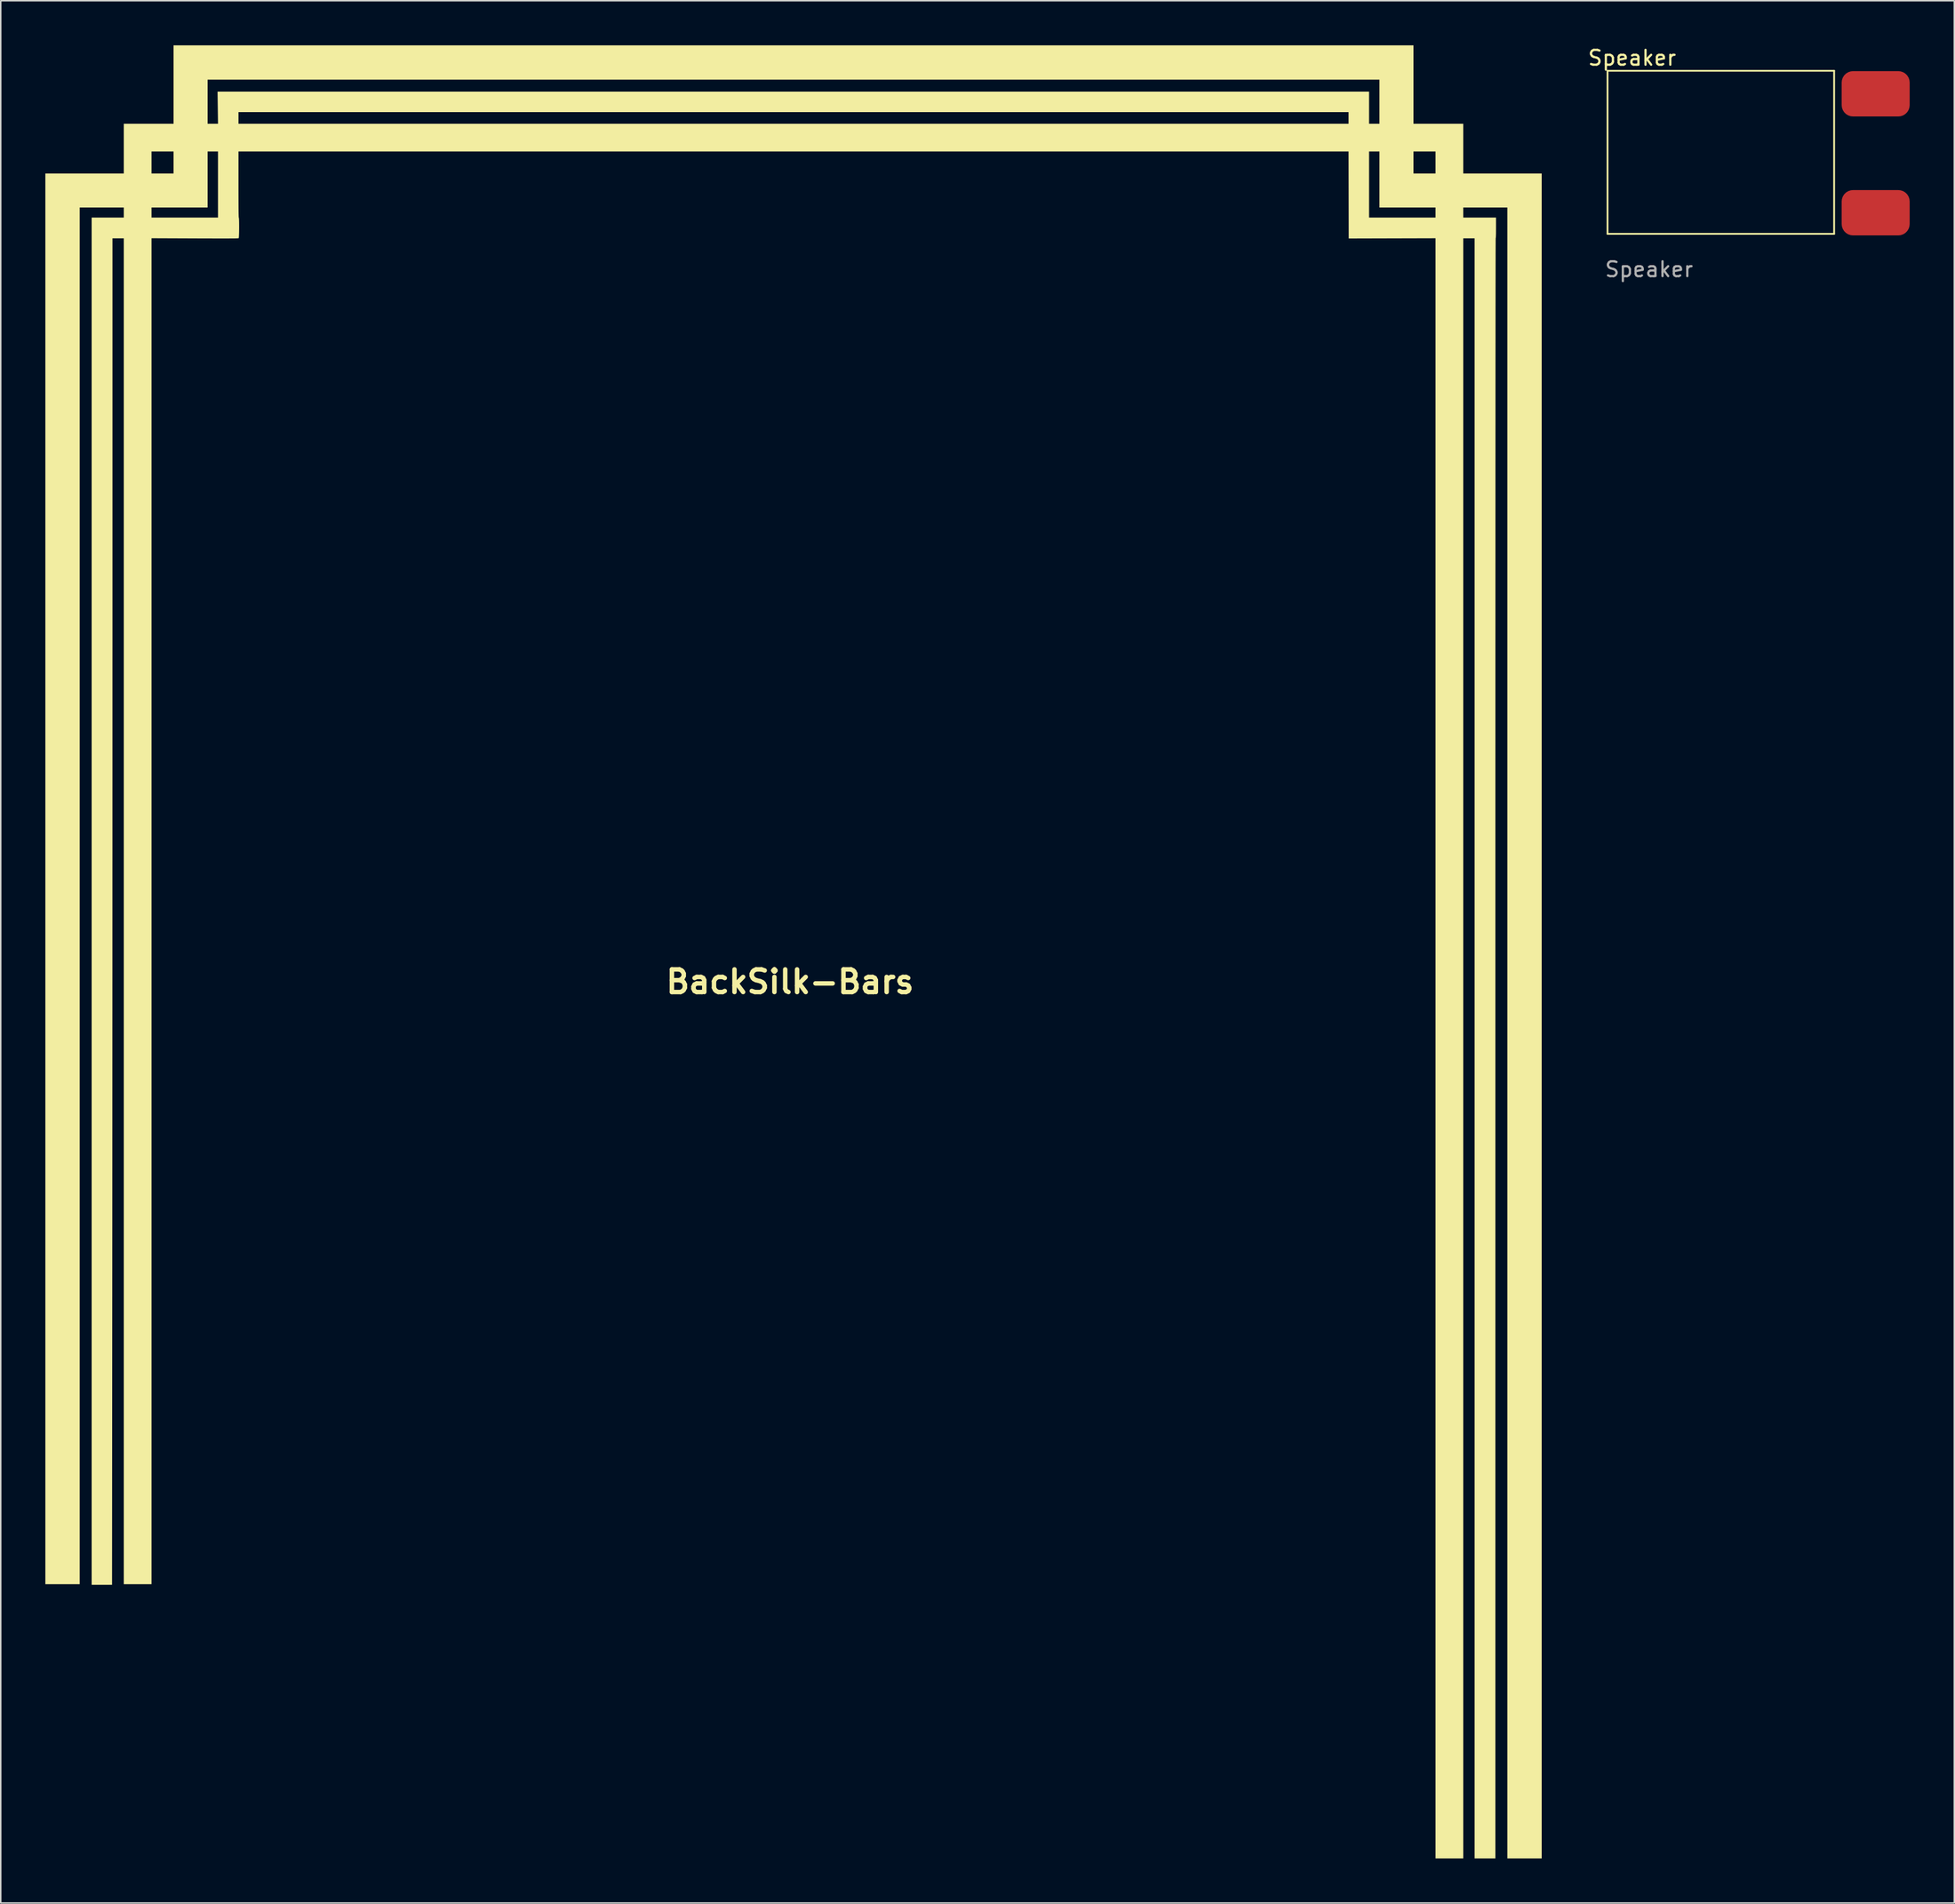
<source format=kicad_pcb>
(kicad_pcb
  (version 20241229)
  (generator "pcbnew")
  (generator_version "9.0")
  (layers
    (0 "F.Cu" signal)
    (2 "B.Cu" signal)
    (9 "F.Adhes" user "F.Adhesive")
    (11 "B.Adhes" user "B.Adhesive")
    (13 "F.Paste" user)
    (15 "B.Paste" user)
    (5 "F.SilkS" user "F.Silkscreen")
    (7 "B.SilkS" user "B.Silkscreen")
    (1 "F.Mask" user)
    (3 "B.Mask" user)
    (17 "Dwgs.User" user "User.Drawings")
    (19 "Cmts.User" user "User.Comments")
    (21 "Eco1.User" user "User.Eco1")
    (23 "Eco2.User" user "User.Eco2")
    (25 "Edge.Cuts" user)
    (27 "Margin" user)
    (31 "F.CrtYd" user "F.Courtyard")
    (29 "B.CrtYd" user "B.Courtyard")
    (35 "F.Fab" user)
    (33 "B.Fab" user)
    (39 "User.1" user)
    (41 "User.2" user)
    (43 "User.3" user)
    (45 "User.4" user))
  (footprint "Speaker"
    (layer "F.Cu")
    (at 112.672 7.198)
    (property "Reference" "Speaker" (at -5.969 -6.35 0) (unlocked yes) (layer "F.SilkS") (effects (font (size 1 1) (thickness 0.15))))
    (attr smd)
    (fp_line (start -7.62 -5.486) (end -7.62 5.486) (stroke (width 0.12) (type solid)) (layer "F.SilkS"))
    (fp_line (start -7.62 -5.486) (end 7.62 -5.486) (stroke (width 0.12) (type solid)) (layer "F.SilkS"))
    (fp_line (start -7.62 5.486) (end 7.62 5.486) (stroke (width 0.12) (type solid)) (layer "F.SilkS"))
    (fp_line (start 7.62 -5.486) (end 7.62 5.486) (stroke (width 0.12) (type solid)) (layer "F.SilkS"))
    (fp_text user "${REFERENCE}" (at -4.826 7.874 0) (unlocked yes) (layer "F.Fab") (effects (font (size 1 1) (thickness 0.15))))
    (pad "1" smd roundrect (at 10.414 -3.937) (size 4.572 3.048) (layers "F.Cu" "F.Mask" "F.Paste") (roundrect_rratio 0.25))
    (pad "2" smd roundrect (at 10.414 4.064) (size 4.572 3.048) (layers "F.Cu" "F.Mask" "F.Paste") (roundrect_rratio 0.25)))
  (footprint "BackSilk-Bars"
    (layer "F.Cu")
    (at 50.08 63.002)
    (property "Reference" "BackSilk-Bars" (at 0 0 0) (layer "F.SilkS") (effects (font (size 1.524 1.524) (thickness 0.3))))
    (attr board_only exclude_from_pos_files exclude_from_bom)
    (fp_poly (pts (xy 41.924 -57.727) (xy 45.271 -57.727) (xy 45.271 -54.38) (xy 50.546 -54.38) (xy 50.546 58.977) (xy 48.237 58.977) (xy 48.237 -52.092) (xy 45.271 -52.092) (xy 45.271 -51.414) (xy 47.474 -51.414) (xy 47.474 -50.726) (xy 47.473 -50.516) (xy 47.472 -50.343) (xy 47.468 -50.207) (xy 47.464 -50.11) (xy 47.459 -50.053) (xy 47.453 -50.037) (xy 47.452 -50.016) (xy 47.451 -49.953) (xy 47.45 -49.847) (xy 47.45 -49.698) (xy 47.449 -49.508) (xy 47.448 -49.275) (xy 47.447 -48.999) (xy 47.447 -48.682) (xy 47.446 -48.322) (xy 47.445 -47.919) (xy 47.445 -47.474) (xy 47.444 -46.987) (xy 47.443 -46.458) (xy 47.443 -45.886) (xy 47.442 -45.272) (xy 47.442 -44.616) (xy 47.441 -43.917) (xy 47.441 -43.176) (xy 47.44 -42.392) (xy 47.439 -41.566) (xy 47.439 -40.698) (xy 47.438 -39.788) (xy 47.438 -38.835) (xy 47.438 -37.84) (xy 47.437 -36.802) (xy 47.437 -35.722) (xy 47.436 -34.6) (xy 47.436 -33.436) (xy 47.436 -32.229) (xy 47.435 -30.98) (xy 47.435 -29.689) (xy 47.435 -28.355) (xy 47.434 -26.979) (xy 47.434 -25.561) (xy 47.434 -24.1) (xy 47.433 -22.598) (xy 47.433 -21.052) (xy 47.433 -19.465) (xy 47.433 -17.835) (xy 47.433 -16.163) (xy 47.432 -14.449) (xy 47.432 -12.692) (xy 47.432 -10.893) (xy 47.432 -9.052) (xy 47.432 -7.169) (xy 47.432 -5.243) (xy 47.432 -3.275) (xy 47.432 -1.265) (xy 47.432 0.788) (xy 47.432 2.883) (xy 47.432 4.47) (xy 47.432 58.977) (xy 46.034 58.977) (xy 46.034 -50.016) (xy 45.271 -50.016) (xy 45.271 58.977) (xy 43.407 58.977) (xy 43.407 -50.022) (xy 37.57 -50.006) (xy 37.568 -51.414) (xy 38.937 -51.414) (xy 43.407 -51.414) (xy 43.407 -52.092) (xy 39.636 -52.092) (xy 39.636 -54.38) (xy 41.924 -54.38) (xy 43.407 -54.38) (xy 43.407 -55.863) (xy 41.924 -55.863) (xy 41.924 -54.38) (xy 39.636 -54.38) (xy 39.636 -55.863) (xy 38.937 -55.863) (xy 38.937 -51.414) (xy 37.568 -51.414) (xy 37.565 -52.934) (xy 37.56 -55.863) (xy -37.094 -55.863) (xy -37.094 -53.639) (xy -37.094 -53.233) (xy -37.093 -52.867) (xy -37.092 -52.542) (xy -37.091 -52.257) (xy -37.089 -52.014) (xy -37.087 -51.811) (xy -37.084 -51.65) (xy -37.081 -51.53) (xy -37.078 -51.453) (xy -37.074 -51.417) (xy -37.073 -51.414) (xy -37.066 -51.394) (xy -37.06 -51.338) (xy -37.056 -51.251) (xy -37.053 -51.14) (xy -37.051 -51.011) (xy -37.05 -50.87) (xy -37.05 -50.722) (xy -37.051 -50.575) (xy -37.053 -50.433) (xy -37.057 -50.304) (xy -37.061 -50.193) (xy -37.066 -50.105) (xy -37.072 -50.048) (xy -37.078 -50.028) (xy -37.087 -50.024) (xy -37.109 -50.021) (xy -37.145 -50.017) (xy -37.198 -50.015) (xy -37.269 -50.012) (xy -37.359 -50.01) (xy -37.472 -50.009) (xy -37.609 -50.008) (xy -37.771 -50.007) (xy -37.962 -50.006) (xy -38.182 -50.006) (xy -38.434 -50.006) (xy -38.719 -50.007) (xy -39.04 -50.008) (xy -39.399 -50.009) (xy -39.796 -50.01) (xy -40.022 -50.011) (xy -42.941 -50.023) (xy -42.941 40.526) (xy -44.805 40.526) (xy -44.805 -50.016) (xy -45.567 -50.016) (xy -45.567 -23.857) (xy -45.567 -22.689) (xy -45.568 -21.498) (xy -45.568 -20.284) (xy -45.568 -19.05) (xy -45.568 -17.797) (xy -45.568 -16.528) (xy -45.568 -15.244) (xy -45.568 -13.947) (xy -45.569 -12.639) (xy -45.569 -11.321) (xy -45.569 -9.996) (xy -45.569 -8.665) (xy -45.57 -7.331) (xy -45.57 -5.994) (xy -45.57 -4.657) (xy -45.571 -3.321) (xy -45.571 -1.99) (xy -45.571 -0.663) (xy -45.572 0.657) (xy -45.572 1.968) (xy -45.573 3.268) (xy -45.573 4.555) (xy -45.574 5.828) (xy -45.574 7.085) (xy -45.575 8.324) (xy -45.575 9.544) (xy -45.576 10.741) (xy -45.576 11.915) (xy -45.577 13.064) (xy -45.577 14.186) (xy -45.578 15.278) (xy -45.578 16.34) (xy -45.579 17.37) (xy -45.58 18.364) (xy -45.58 19.323) (xy -45.581 20.244) (xy -45.581 21.125) (xy -45.582 21.435) (xy -45.596 40.568) (xy -46.966 40.568) (xy -46.966 -51.414) (xy -44.805 -51.414) (xy -42.941 -51.414) (xy -38.471 -51.414) (xy -38.471 -55.863) (xy -39.17 -55.863) (xy -39.17 -52.092) (xy -42.941 -52.092) (xy -42.941 -51.414) (xy -44.805 -51.414) (xy -44.805 -52.092) (xy -47.771 -52.092) (xy -47.771 40.526) (xy -50.08 40.526) (xy -50.08 -54.38) (xy -44.805 -54.38) (xy -42.941 -54.38) (xy -41.458 -54.38) (xy -41.458 -55.863) (xy -42.941 -55.863) (xy -42.941 -54.38) (xy -44.805 -54.38) (xy -44.805 -57.727) (xy -41.458 -57.727) (xy -39.17 -57.727) (xy -38.47 -57.727) (xy -37.094 -57.727) (xy 37.56 -57.727) (xy 37.56 -58.511) (xy -37.094 -58.511) (xy -37.094 -57.727) (xy -38.47 -57.727) (xy -38.484 -58.808) (xy -38.499 -59.888) (xy 38.937 -59.888) (xy 38.937 -57.727) (xy 39.636 -57.727) (xy 39.636 -60.693) (xy -39.17 -60.693) (xy -39.17 -57.727) (xy -41.458 -57.727) (xy -41.458 -63.002) (xy 41.924 -63.002)) (stroke (width 0) (type solid)) (fill yes) (layer "F.SilkS")))
  (gr_rect
    (start -3 -3)
    (end 128.372 124.979)
    (stroke (width 0.1) (type default))
    (fill no)
    (layer "Edge.Cuts")))
</source>
